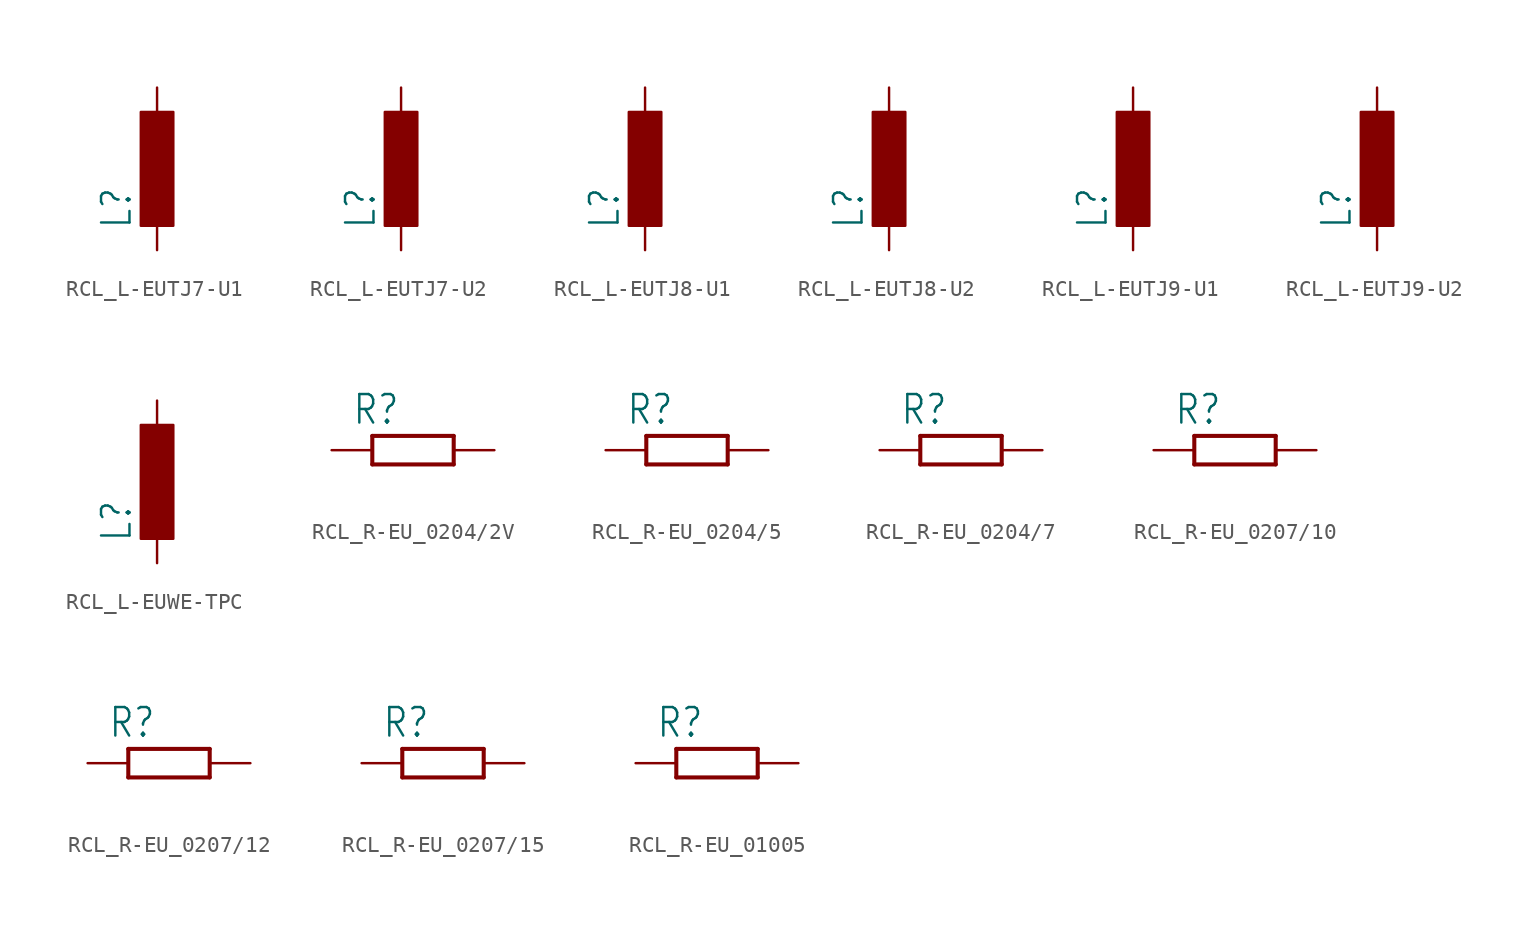
<source format=kicad_sym>
(kicad_symbol_lib
  (version 20241209)
  (generator "kicad_symbol_editor")
  (generator_version "9.0")
  (symbol "RCL_L-EUTJ7-U1"
    (property "Reference" "L"
      (at -1.499 -3.81 90)
      (effects (font (size 1.778 1.511)) (justify left bottom)))
    (property "Value" ""
      (at 3.302 -3.81 90)
      (effects (font (size 1.778 1.511)) (justify left bottom)))
    (property "ki_locked" ""
      (at 0 0 0)
      (effects (font (size 1.27 1.27))))
    (symbol "RCL_L-EUTJ7-U1_1_0"
      (rectangle (start -1.016 -3.556) (end 1.016 3.556) (stroke (width 0) (type default)) (fill (type outline)))
      (pin passive line (at 0 5.08 270) (length 2.54) (name "1" (effects (font (size 0 0)))) (number "1" (effects (font (size 0 0)))))
      (pin passive line (at 0 -5.08 90) (length 2.54) (name "2" (effects (font (size 0 0)))) (number "2" (effects (font (size 0 0)))))))
  (symbol "RCL_L-EUTJ7-U2"
    (property "Reference" "L"
      (at -1.499 -3.81 90)
      (effects (font (size 1.778 1.511)) (justify left bottom)))
    (property "Value" ""
      (at 3.302 -3.81 90)
      (effects (font (size 1.778 1.511)) (justify left bottom)))
    (property "ki_locked" ""
      (at 0 0 0)
      (effects (font (size 1.27 1.27))))
    (symbol "RCL_L-EUTJ7-U2_1_0"
      (rectangle (start -1.016 -3.556) (end 1.016 3.556) (stroke (width 0) (type default)) (fill (type outline)))
      (pin passive line (at 0 5.08 270) (length 2.54) (name "1" (effects (font (size 0 0)))) (number "1" (effects (font (size 0 0)))))
      (pin passive line (at 0 -5.08 90) (length 2.54) (name "2" (effects (font (size 0 0)))) (number "2" (effects (font (size 0 0)))))))
  (symbol "RCL_L-EUTJ8-U1"
    (property "Reference" "L"
      (at -1.499 -3.81 90)
      (effects (font (size 1.778 1.511)) (justify left bottom)))
    (property "Value" ""
      (at 3.302 -3.81 90)
      (effects (font (size 1.778 1.511)) (justify left bottom)))
    (property "ki_locked" ""
      (at 0 0 0)
      (effects (font (size 1.27 1.27))))
    (symbol "RCL_L-EUTJ8-U1_1_0"
      (rectangle (start -1.016 -3.556) (end 1.016 3.556) (stroke (width 0) (type default)) (fill (type outline)))
      (pin passive line (at 0 5.08 270) (length 2.54) (name "1" (effects (font (size 0 0)))) (number "1" (effects (font (size 0 0)))))
      (pin passive line (at 0 -5.08 90) (length 2.54) (name "2" (effects (font (size 0 0)))) (number "2" (effects (font (size 0 0)))))))
  (symbol "RCL_L-EUTJ8-U2"
    (property "Reference" "L"
      (at -1.499 -3.81 90)
      (effects (font (size 1.778 1.511)) (justify left bottom)))
    (property "Value" ""
      (at 3.302 -3.81 90)
      (effects (font (size 1.778 1.511)) (justify left bottom)))
    (property "ki_locked" ""
      (at 0 0 0)
      (effects (font (size 1.27 1.27))))
    (symbol "RCL_L-EUTJ8-U2_1_0"
      (rectangle (start -1.016 -3.556) (end 1.016 3.556) (stroke (width 0) (type default)) (fill (type outline)))
      (pin passive line (at 0 5.08 270) (length 2.54) (name "1" (effects (font (size 0 0)))) (number "1" (effects (font (size 0 0)))))
      (pin passive line (at 0 -5.08 90) (length 2.54) (name "2" (effects (font (size 0 0)))) (number "2" (effects (font (size 0 0)))))))
  (symbol "RCL_L-EUTJ9-U1"
    (property "Reference" "L"
      (at -1.499 -3.81 90)
      (effects (font (size 1.778 1.511)) (justify left bottom)))
    (property "Value" ""
      (at 3.302 -3.81 90)
      (effects (font (size 1.778 1.511)) (justify left bottom)))
    (property "ki_locked" ""
      (at 0 0 0)
      (effects (font (size 1.27 1.27))))
    (symbol "RCL_L-EUTJ9-U1_1_0"
      (rectangle (start -1.016 -3.556) (end 1.016 3.556) (stroke (width 0) (type default)) (fill (type outline)))
      (pin passive line (at 0 5.08 270) (length 2.54) (name "1" (effects (font (size 0 0)))) (number "1" (effects (font (size 0 0)))))
      (pin passive line (at 0 -5.08 90) (length 2.54) (name "2" (effects (font (size 0 0)))) (number "2" (effects (font (size 0 0)))))))
  (symbol "RCL_L-EUTJ9-U2"
    (property "Reference" "L"
      (at -1.499 -3.81 90)
      (effects (font (size 1.778 1.511)) (justify left bottom)))
    (property "Value" ""
      (at 3.302 -3.81 90)
      (effects (font (size 1.778 1.511)) (justify left bottom)))
    (property "ki_locked" ""
      (at 0 0 0)
      (effects (font (size 1.27 1.27))))
    (symbol "RCL_L-EUTJ9-U2_1_0"
      (rectangle (start -1.016 -3.556) (end 1.016 3.556) (stroke (width 0) (type default)) (fill (type outline)))
      (pin passive line (at 0 5.08 270) (length 2.54) (name "1" (effects (font (size 0 0)))) (number "1" (effects (font (size 0 0)))))
      (pin passive line (at 0 -5.08 90) (length 2.54) (name "2" (effects (font (size 0 0)))) (number "2" (effects (font (size 0 0)))))))
  (symbol "RCL_L-EUWE-TPC"
    (property "Reference" "L"
      (at -1.499 -3.81 90)
      (effects (font (size 1.778 1.511)) (justify left bottom)))
    (property "Value" ""
      (at 3.302 -3.81 90)
      (effects (font (size 1.778 1.511)) (justify left bottom)))
    (property "ki_locked" ""
      (at 0 0 0)
      (effects (font (size 1.27 1.27))))
    (symbol "RCL_L-EUWE-TPC_1_0"
      (rectangle (start -1.016 -3.556) (end 1.016 3.556) (stroke (width 0) (type default)) (fill (type outline)))
      (pin passive line (at 0 5.08 270) (length 2.54) (name "1" (effects (font (size 0 0)))) (number "1" (effects (font (size 0 0)))))
      (pin passive line (at 0 -5.08 90) (length 2.54) (name "2" (effects (font (size 0 0)))) (number "2" (effects (font (size 0 0)))))))
  (symbol "RCL_R-EU_0204/2V"
    (property "Reference" "R"
      (at -3.81 1.499 0)
      (effects (font (size 1.778 1.511)) (justify left bottom)))
    (property "Value" ""
      (at -3.81 -3.302 0)
      (effects (font (size 1.778 1.511)) (justify left bottom)))
    (property "ki_locked" ""
      (at 0 0 0)
      (effects (font (size 1.27 1.27))))
    (symbol "RCL_R-EU_0204/2V_1_0"
      (polyline (pts (xy -2.54 -0.889) (xy -2.54 0.889)) (stroke (width 0.254) (type solid)) (fill (type none)))
      (polyline (pts (xy -2.54 -0.889) (xy 2.54 -0.889)) (stroke (width 0.254) (type solid)) (fill (type none)))
      (polyline (pts (xy 2.54 0.889) (xy -2.54 0.889)) (stroke (width 0.254) (type solid)) (fill (type none)))
      (polyline (pts (xy 2.54 -0.889) (xy 2.54 0.889)) (stroke (width 0.254) (type solid)) (fill (type none)))
      (pin passive line (at -5.08 0 0) (length 2.54) (name "1" (effects (font (size 0 0)))) (number "1" (effects (font (size 0 0)))))
      (pin passive line (at 5.08 0 180) (length 2.54) (name "2" (effects (font (size 0 0)))) (number "2" (effects (font (size 0 0)))))))
  (symbol "RCL_R-EU_0204/5"
    (property "Reference" "R"
      (at -3.81 1.499 0)
      (effects (font (size 1.778 1.511)) (justify left bottom)))
    (property "Value" ""
      (at -3.81 -3.302 0)
      (effects (font (size 1.778 1.511)) (justify left bottom)))
    (property "ki_locked" ""
      (at 0 0 0)
      (effects (font (size 1.27 1.27))))
    (symbol "RCL_R-EU_0204/5_1_0"
      (polyline (pts (xy -2.54 -0.889) (xy -2.54 0.889)) (stroke (width 0.254) (type solid)) (fill (type none)))
      (polyline (pts (xy -2.54 -0.889) (xy 2.54 -0.889)) (stroke (width 0.254) (type solid)) (fill (type none)))
      (polyline (pts (xy 2.54 0.889) (xy -2.54 0.889)) (stroke (width 0.254) (type solid)) (fill (type none)))
      (polyline (pts (xy 2.54 -0.889) (xy 2.54 0.889)) (stroke (width 0.254) (type solid)) (fill (type none)))
      (pin passive line (at -5.08 0 0) (length 2.54) (name "1" (effects (font (size 0 0)))) (number "1" (effects (font (size 0 0)))))
      (pin passive line (at 5.08 0 180) (length 2.54) (name "2" (effects (font (size 0 0)))) (number "2" (effects (font (size 0 0)))))))
  (symbol "RCL_R-EU_0204/7"
    (property "Reference" "R"
      (at -3.81 1.499 0)
      (effects (font (size 1.778 1.511)) (justify left bottom)))
    (property "Value" ""
      (at -3.81 -3.302 0)
      (effects (font (size 1.778 1.511)) (justify left bottom)))
    (property "ki_locked" ""
      (at 0 0 0)
      (effects (font (size 1.27 1.27))))
    (symbol "RCL_R-EU_0204/7_1_0"
      (polyline (pts (xy -2.54 -0.889) (xy -2.54 0.889)) (stroke (width 0.254) (type solid)) (fill (type none)))
      (polyline (pts (xy -2.54 -0.889) (xy 2.54 -0.889)) (stroke (width 0.254) (type solid)) (fill (type none)))
      (polyline (pts (xy 2.54 0.889) (xy -2.54 0.889)) (stroke (width 0.254) (type solid)) (fill (type none)))
      (polyline (pts (xy 2.54 -0.889) (xy 2.54 0.889)) (stroke (width 0.254) (type solid)) (fill (type none)))
      (pin passive line (at -5.08 0 0) (length 2.54) (name "1" (effects (font (size 0 0)))) (number "1" (effects (font (size 0 0)))))
      (pin passive line (at 5.08 0 180) (length 2.54) (name "2" (effects (font (size 0 0)))) (number "2" (effects (font (size 0 0)))))))
  (symbol "RCL_R-EU_0207/10"
    (property "Reference" "R"
      (at -3.81 1.499 0)
      (effects (font (size 1.778 1.511)) (justify left bottom)))
    (property "Value" ""
      (at -3.81 -3.302 0)
      (effects (font (size 1.778 1.511)) (justify left bottom)))
    (property "ki_locked" ""
      (at 0 0 0)
      (effects (font (size 1.27 1.27))))
    (symbol "RCL_R-EU_0207/10_1_0"
      (polyline (pts (xy -2.54 -0.889) (xy -2.54 0.889)) (stroke (width 0.254) (type solid)) (fill (type none)))
      (polyline (pts (xy -2.54 -0.889) (xy 2.54 -0.889)) (stroke (width 0.254) (type solid)) (fill (type none)))
      (polyline (pts (xy 2.54 0.889) (xy -2.54 0.889)) (stroke (width 0.254) (type solid)) (fill (type none)))
      (polyline (pts (xy 2.54 -0.889) (xy 2.54 0.889)) (stroke (width 0.254) (type solid)) (fill (type none)))
      (pin passive line (at -5.08 0 0) (length 2.54) (name "1" (effects (font (size 0 0)))) (number "1" (effects (font (size 0 0)))))
      (pin passive line (at 5.08 0 180) (length 2.54) (name "2" (effects (font (size 0 0)))) (number "2" (effects (font (size 0 0)))))))
  (symbol "RCL_R-EU_0207/12"
    (property "Reference" "R"
      (at -3.81 1.499 0)
      (effects (font (size 1.778 1.511)) (justify left bottom)))
    (property "Value" ""
      (at -3.81 -3.302 0)
      (effects (font (size 1.778 1.511)) (justify left bottom)))
    (property "ki_locked" ""
      (at 0 0 0)
      (effects (font (size 1.27 1.27))))
    (symbol "RCL_R-EU_0207/12_1_0"
      (polyline (pts (xy -2.54 -0.889) (xy -2.54 0.889)) (stroke (width 0.254) (type solid)) (fill (type none)))
      (polyline (pts (xy -2.54 -0.889) (xy 2.54 -0.889)) (stroke (width 0.254) (type solid)) (fill (type none)))
      (polyline (pts (xy 2.54 0.889) (xy -2.54 0.889)) (stroke (width 0.254) (type solid)) (fill (type none)))
      (polyline (pts (xy 2.54 -0.889) (xy 2.54 0.889)) (stroke (width 0.254) (type solid)) (fill (type none)))
      (pin passive line (at -5.08 0 0) (length 2.54) (name "1" (effects (font (size 0 0)))) (number "1" (effects (font (size 0 0)))))
      (pin passive line (at 5.08 0 180) (length 2.54) (name "2" (effects (font (size 0 0)))) (number "2" (effects (font (size 0 0)))))))
  (symbol "RCL_R-EU_0207/15"
    (property "Reference" "R"
      (at -3.81 1.499 0)
      (effects (font (size 1.778 1.511)) (justify left bottom)))
    (property "Value" ""
      (at -3.81 -3.302 0)
      (effects (font (size 1.778 1.511)) (justify left bottom)))
    (property "ki_locked" ""
      (at 0 0 0)
      (effects (font (size 1.27 1.27))))
    (symbol "RCL_R-EU_0207/15_1_0"
      (polyline (pts (xy -2.54 -0.889) (xy -2.54 0.889)) (stroke (width 0.254) (type solid)) (fill (type none)))
      (polyline (pts (xy -2.54 -0.889) (xy 2.54 -0.889)) (stroke (width 0.254) (type solid)) (fill (type none)))
      (polyline (pts (xy 2.54 0.889) (xy -2.54 0.889)) (stroke (width 0.254) (type solid)) (fill (type none)))
      (polyline (pts (xy 2.54 -0.889) (xy 2.54 0.889)) (stroke (width 0.254) (type solid)) (fill (type none)))
      (pin passive line (at -5.08 0 0) (length 2.54) (name "1" (effects (font (size 0 0)))) (number "1" (effects (font (size 0 0)))))
      (pin passive line (at 5.08 0 180) (length 2.54) (name "2" (effects (font (size 0 0)))) (number "2" (effects (font (size 0 0)))))))
  (symbol "RCL_R-EU_01005"
    (property "Reference" "R"
      (at -3.81 1.499 0)
      (effects (font (size 1.778 1.511)) (justify left bottom)))
    (property "Value" ""
      (at -3.81 -3.302 0)
      (effects (font (size 1.778 1.511)) (justify left bottom)))
    (property "ki_locked" ""
      (at 0 0 0)
      (effects (font (size 1.27 1.27))))
    (symbol "RCL_R-EU_01005_1_0"
      (polyline (pts (xy -2.54 -0.889) (xy -2.54 0.889)) (stroke (width 0.254) (type solid)) (fill (type none)))
      (polyline (pts (xy -2.54 -0.889) (xy 2.54 -0.889)) (stroke (width 0.254) (type solid)) (fill (type none)))
      (polyline (pts (xy 2.54 0.889) (xy -2.54 0.889)) (stroke (width 0.254) (type solid)) (fill (type none)))
      (polyline (pts (xy 2.54 -0.889) (xy 2.54 0.889)) (stroke (width 0.254) (type solid)) (fill (type none)))
      (pin passive line (at -5.08 0 0) (length 2.54) (name "1" (effects (font (size 0 0)))) (number "1" (effects (font (size 0 0)))))
      (pin passive line (at 5.08 0 180) (length 2.54) (name "2" (effects (font (size 0 0)))) (number "2" (effects (font (size 0 0))))))))
</source>
